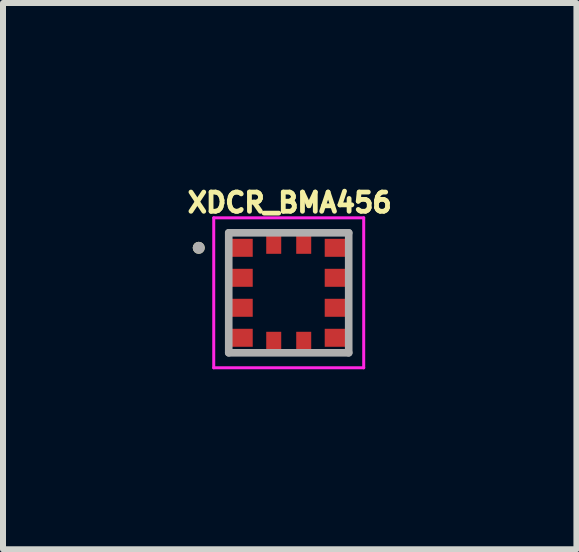
<source format=kicad_pcb>
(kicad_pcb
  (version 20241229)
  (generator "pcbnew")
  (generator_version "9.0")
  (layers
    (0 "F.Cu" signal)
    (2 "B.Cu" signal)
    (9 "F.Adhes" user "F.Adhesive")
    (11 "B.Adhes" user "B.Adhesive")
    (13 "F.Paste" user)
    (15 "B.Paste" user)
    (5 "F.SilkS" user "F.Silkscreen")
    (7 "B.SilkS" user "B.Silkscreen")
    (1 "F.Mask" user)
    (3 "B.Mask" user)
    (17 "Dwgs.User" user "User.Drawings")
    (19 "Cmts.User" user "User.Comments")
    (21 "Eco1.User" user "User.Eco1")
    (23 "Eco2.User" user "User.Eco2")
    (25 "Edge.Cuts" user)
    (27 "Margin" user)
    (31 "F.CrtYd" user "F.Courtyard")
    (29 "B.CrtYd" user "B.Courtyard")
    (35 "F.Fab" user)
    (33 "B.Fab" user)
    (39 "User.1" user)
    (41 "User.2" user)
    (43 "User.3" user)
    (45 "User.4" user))
  (footprint "XDCR_BMA456"
    (layer "F.Cu")
    (at 1.763 1.831)
    (property "Reference" "XDCR_BMA456" (at 0.016 -1.503 0) (layer "F.SilkS") (effects (font (size 0.32 0.32) (thickness 0.15))))
    (attr smd)
    (fp_poly (pts (xy -1 -0.95) (xy -0.55 -0.95) (xy -0.55 -0.55) (xy -1 -0.55)) (stroke (width 0.01) (type solid)) (fill yes) (layer "F.Mask"))
    (fp_poly (pts (xy -1 -0.45) (xy -0.55 -0.45) (xy -0.55 -0.05) (xy -1 -0.05)) (stroke (width 0.01) (type solid)) (fill yes) (layer "F.Mask"))
    (fp_poly (pts (xy -1 0.05) (xy -0.55 0.05) (xy -0.55 0.45) (xy -1 0.45)) (stroke (width 0.01) (type solid)) (fill yes) (layer "F.Mask"))
    (fp_poly (pts (xy -1 0.55) (xy -0.55 0.55) (xy -0.55 0.95) (xy -1 0.95)) (stroke (width 0.01) (type solid)) (fill yes) (layer "F.Mask"))
    (fp_poly (pts (xy -0.425 -1) (xy -0.075 -1) (xy -0.075 -0.6) (xy -0.425 -0.6)) (stroke (width 0.01) (type solid)) (fill yes) (layer "F.Mask"))
    (fp_poly (pts (xy -0.425 0.6) (xy -0.075 0.6) (xy -0.075 1) (xy -0.425 1)) (stroke (width 0.01) (type solid)) (fill yes) (layer "F.Mask"))
    (fp_poly (pts (xy 0.075 -1) (xy 0.425 -1) (xy 0.425 -0.6) (xy 0.075 -0.6)) (stroke (width 0.01) (type solid)) (fill yes) (layer "F.Mask"))
    (fp_poly (pts (xy 0.075 0.6) (xy 0.425 0.6) (xy 0.425 1) (xy 0.075 1)) (stroke (width 0.01) (type solid)) (fill yes) (layer "F.Mask"))
    (fp_poly (pts (xy 0.55 -0.95) (xy 1 -0.95) (xy 1 -0.55) (xy 0.55 -0.55)) (stroke (width 0.01) (type solid)) (fill yes) (layer "F.Mask"))
    (fp_poly (pts (xy 0.55 -0.45) (xy 1 -0.45) (xy 1 -0.05) (xy 0.55 -0.05)) (stroke (width 0.01) (type solid)) (fill yes) (layer "F.Mask"))
    (fp_poly (pts (xy 0.55 0.05) (xy 1 0.05) (xy 1 0.45) (xy 0.55 0.45)) (stroke (width 0.01) (type solid)) (fill yes) (layer "F.Mask"))
    (fp_poly (pts (xy 0.55 0.55) (xy 1 0.55) (xy 1 0.95) (xy 0.55 0.95)) (stroke (width 0.01) (type solid)) (fill yes) (layer "F.Mask"))
    (fp_circle (center -1.5 -0.75) (end -1.45 -0.75) (stroke (width 0.1) (type solid)) (fill no) (layer "F.SilkS"))
    (fp_line (start -1.25 -1.25) (end 1.25 -1.25) (stroke (width 0.05) (type solid)) (layer "F.CrtYd"))
    (fp_line (start -1.25 1.25) (end -1.25 -1.25) (stroke (width 0.05) (type solid)) (layer "F.CrtYd"))
    (fp_line (start 1.25 -1.25) (end 1.25 1.25) (stroke (width 0.05) (type solid)) (layer "F.CrtYd"))
    (fp_line (start 1.25 1.25) (end -1.25 1.25) (stroke (width 0.05) (type solid)) (layer "F.CrtYd"))
    (fp_line (start -1 -1) (end 1 -1) (stroke (width 0.127) (type solid)) (layer "F.Fab"))
    (fp_line (start -1 1) (end -1 -1) (stroke (width 0.127) (type solid)) (layer "F.Fab"))
    (fp_line (start 1 -1) (end 1 1) (stroke (width 0.127) (type solid)) (layer "F.Fab"))
    (fp_line (start 1 1) (end -1 1) (stroke (width 0.127) (type solid)) (layer "F.Fab"))
    (fp_circle (center -1.5 -0.75) (end -1.45 -0.75) (stroke (width 0.1) (type solid)) (fill no) (layer "F.Fab"))
    (pad "1" smd rect (at -0.775 -0.75) (size 0.35 0.3) (layers "F.Cu" "F.Paste"))
    (pad "2" smd rect (at -0.775 -0.25) (size 0.35 0.3) (layers "F.Cu" "F.Paste"))
    (pad "3" smd rect (at -0.775 0.25) (size 0.35 0.3) (layers "F.Cu" "F.Paste"))
    (pad "4" smd rect (at -0.775 0.75) (size 0.35 0.3) (layers "F.Cu" "F.Paste"))
    (pad "5" smd rect (at -0.25 0.8 270) (size 0.3 0.25) (layers "F.Cu" "F.Paste"))
    (pad "6" smd rect (at 0.25 0.8 270) (size 0.3 0.25) (layers "F.Cu" "F.Paste"))
    (pad "7" smd rect (at 0.775 0.75 180) (size 0.35 0.3) (layers "F.Cu" "F.Paste"))
    (pad "8" smd rect (at 0.775 0.25 180) (size 0.35 0.3) (layers "F.Cu" "F.Paste"))
    (pad "9" smd rect (at 0.775 -0.25 180) (size 0.35 0.3) (layers "F.Cu" "F.Paste"))
    (pad "10" smd rect (at 0.775 -0.75 180) (size 0.35 0.3) (layers "F.Cu" "F.Paste"))
    (pad "11" smd rect (at 0.25 -0.8 90) (size 0.3 0.25) (layers "F.Cu" "F.Paste"))
    (pad "12" smd rect (at -0.25 -0.8 90) (size 0.3 0.25) (layers "F.Cu" "F.Paste"))
    (zone (net_name "") (layer "F.Cu") (hatch full 0.508) (connect_pads) (min_thickness 0.01) (filled_areas_thickness no) (keepout (tracks not_allowed) (vias not_allowed) (pads not_allowed) (copperpour not_allowed) (footprints allowed)) (placement (enabled no)) (fill) (polygon (pts (xy 1.388 1.431) (xy 2.138 1.431) (xy 2.138 2.231) (xy 1.388 2.231))))
    (zone (net_name "") (layers "F.Cu" "B.Cu") (hatch full 0.508) (connect_pads) (min_thickness 0.01) (filled_areas_thickness no) (keepout (tracks allowed) (vias not_allowed) (pads allowed) (copperpour allowed) (footprints allowed)) (placement (enabled no)) (fill) (polygon (pts (xy 1.388 1.431) (xy 2.138 1.431) (xy 2.138 2.231) (xy 1.388 2.231)))))
  (gr_rect
    (start -3 -3)
    (end 6.559 6.106)
    (stroke (width 0.1) (type default))
    (fill no)
    (layer "Edge.Cuts")))
</source>
